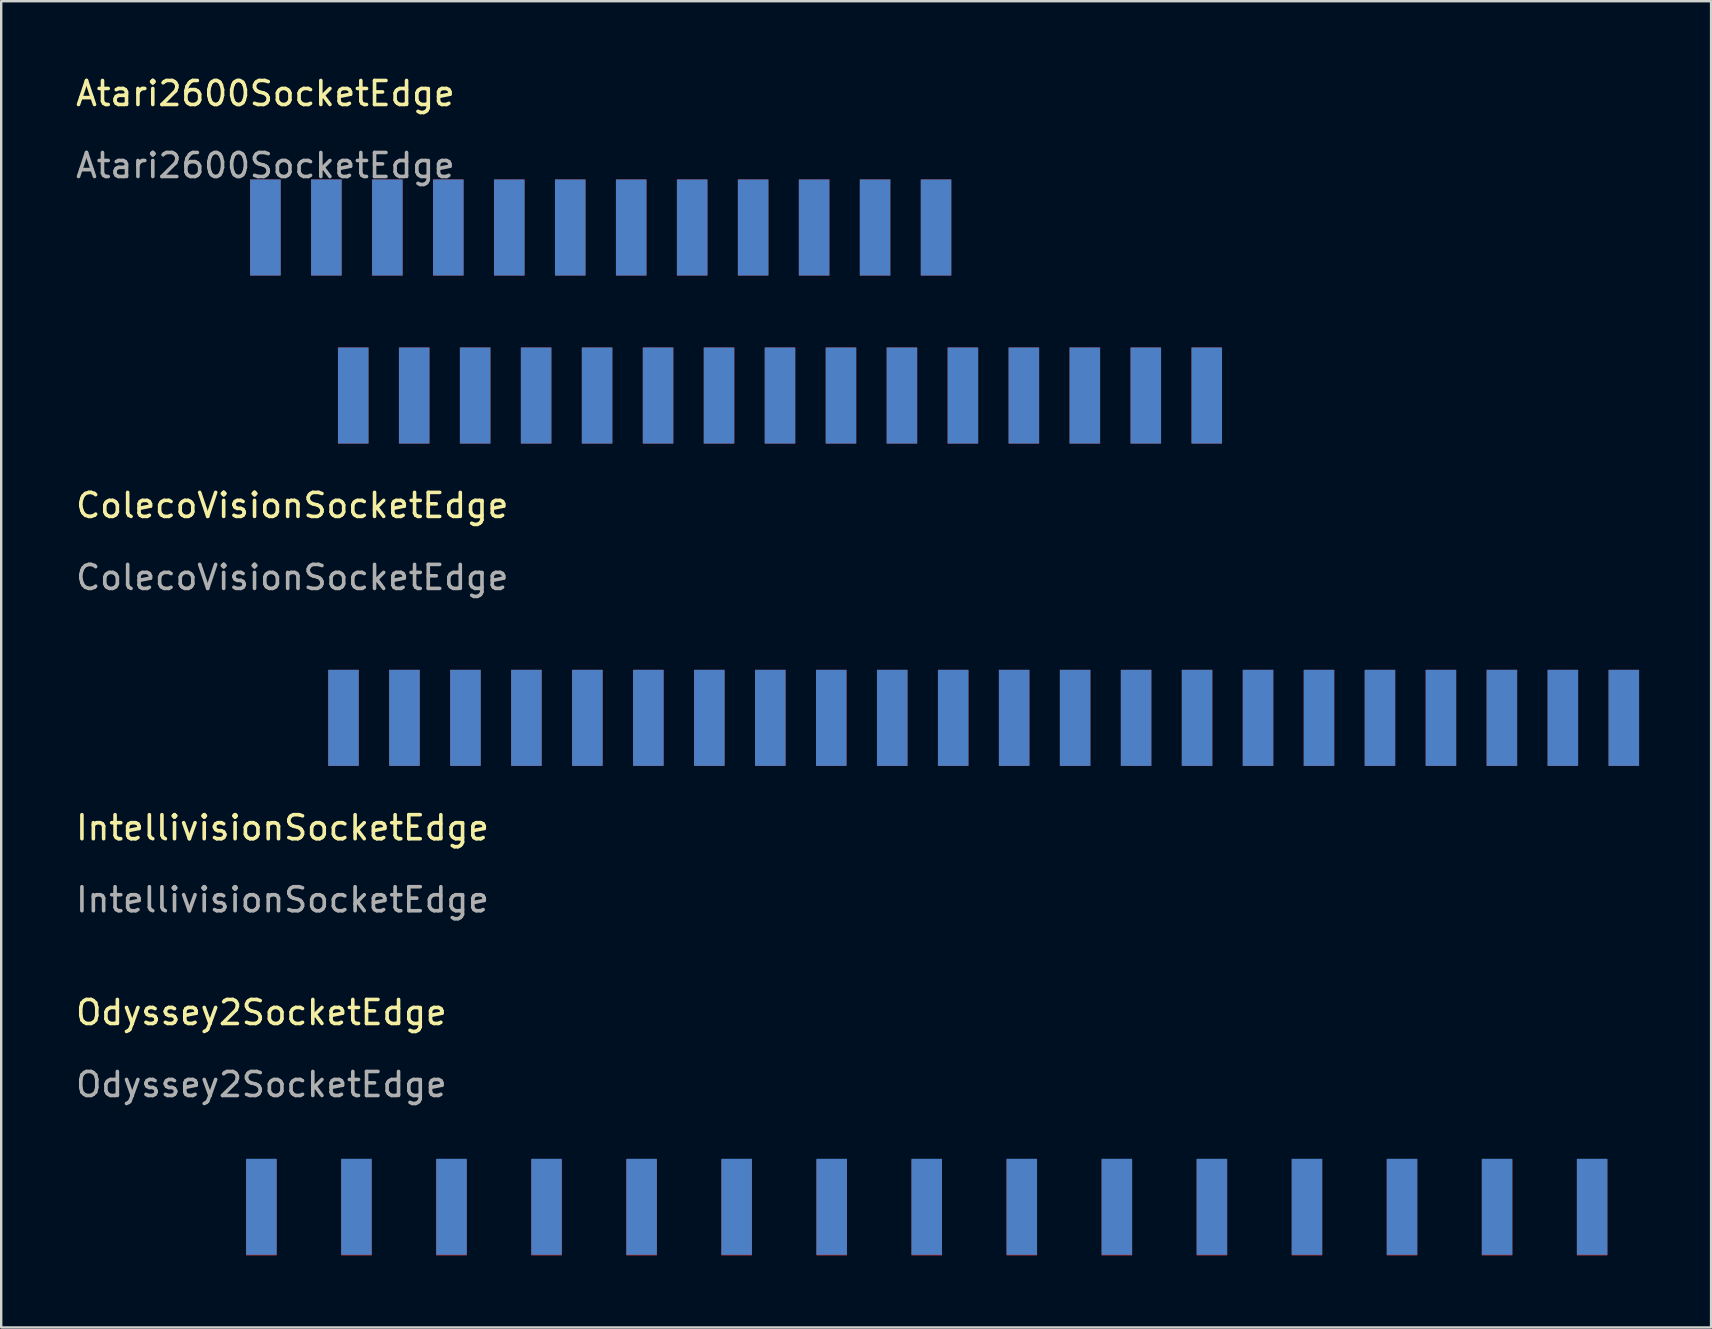
<source format=kicad_pcb>
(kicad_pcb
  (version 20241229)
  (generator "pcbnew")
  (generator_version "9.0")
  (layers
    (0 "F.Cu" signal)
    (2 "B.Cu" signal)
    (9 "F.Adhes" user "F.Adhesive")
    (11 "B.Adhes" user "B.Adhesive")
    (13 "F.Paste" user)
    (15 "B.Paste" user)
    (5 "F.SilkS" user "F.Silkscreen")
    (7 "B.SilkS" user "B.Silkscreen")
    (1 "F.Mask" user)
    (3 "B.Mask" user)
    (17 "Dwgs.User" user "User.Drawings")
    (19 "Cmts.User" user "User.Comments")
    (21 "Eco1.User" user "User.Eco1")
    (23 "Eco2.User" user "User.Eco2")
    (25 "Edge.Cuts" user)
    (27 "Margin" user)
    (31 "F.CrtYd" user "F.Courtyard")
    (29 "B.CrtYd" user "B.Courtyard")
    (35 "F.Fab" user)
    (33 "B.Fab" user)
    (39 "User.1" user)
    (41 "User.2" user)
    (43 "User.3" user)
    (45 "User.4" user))
  (footprint "Odyssey2SocketEdge"
    (layer "F.Cu")
    (at 7.839 39.633)
    (property "Reference" "Odyssey2SocketEdge" (at 0 -0.5 0) (unlocked yes) (layer "F.SilkS") (effects (font (size 1 1) (thickness 0.15))))
    (attr smd)
    (fp_text user "${REFERENCE}" (at 0 2.5 0) (unlocked yes) (layer "F.Fab") (effects (font (size 1 1) (thickness 0.15))))
    (pad "1" smd rect (at 0 7.62) (size 1.27 4) (layers "F.Cu" "F.Mask" "F.Paste"))
    (pad "2" smd rect (at 3.96 7.62) (size 1.27 4) (layers "F.Cu" "F.Mask" "F.Paste"))
    (pad "3" smd rect (at 7.92 7.62) (size 1.27 4) (layers "F.Cu" "F.Mask" "F.Paste"))
    (pad "4" smd rect (at 11.88 7.62) (size 1.27 4) (layers "F.Cu" "F.Mask" "F.Paste"))
    (pad "5" smd rect (at 15.84 7.62) (size 1.27 4) (layers "F.Cu" "F.Mask" "F.Paste"))
    (pad "6" smd rect (at 19.8 7.62) (size 1.27 4) (layers "F.Cu" "F.Mask" "F.Paste"))
    (pad "7" smd rect (at 23.76 7.62) (size 1.27 4) (layers "F.Cu" "F.Mask" "F.Paste"))
    (pad "8" smd rect (at 27.72 7.62) (size 1.27 4) (layers "F.Cu" "F.Mask" "F.Paste"))
    (pad "9" smd rect (at 31.68 7.62) (size 1.27 4) (layers "F.Cu" "F.Mask" "F.Paste"))
    (pad "10" smd rect (at 35.64 7.62) (size 1.27 4) (layers "F.Cu" "F.Mask" "F.Paste"))
    (pad "11" smd rect (at 39.6 7.62) (size 1.27 4) (layers "F.Cu" "F.Mask" "F.Paste"))
    (pad "12" smd rect (at 43.56 7.62) (size 1.27 4) (layers "F.Cu" "F.Mask" "F.Paste"))
    (pad "13" smd rect (at 47.52 7.62) (size 1.27 4) (layers "F.Cu" "F.Mask" "F.Paste"))
    (pad "14" smd rect (at 51.48 7.62) (size 1.27 4) (layers "F.Cu" "F.Mask" "F.Paste"))
    (pad "15" smd rect (at 55.44 7.62) (size 1.27 4) (layers "F.Cu" "F.Mask" "F.Paste"))
    (pad "A" smd rect (at 0 7.593) (size 1.27 4) (layers "B.Cu" "B.Mask" "B.Paste"))
    (pad "B" smd rect (at 3.96 7.593) (size 1.27 4) (layers "B.Cu" "B.Mask" "B.Paste"))
    (pad "C" smd rect (at 7.92 7.593) (size 1.27 4) (layers "B.Cu" "B.Mask" "B.Paste"))
    (pad "D" smd rect (at 11.88 7.593) (size 1.27 4) (layers "B.Cu" "B.Mask" "B.Paste"))
    (pad "E" smd rect (at 15.84 7.593) (size 1.27 4) (layers "B.Cu" "B.Mask" "B.Paste"))
    (pad "F" smd rect (at 19.8 7.593) (size 1.27 4) (layers "B.Cu" "B.Mask" "B.Paste"))
    (pad "G" smd rect (at 23.76 7.593) (size 1.27 4) (layers "B.Cu" "B.Mask" "B.Paste"))
    (pad "H" smd rect (at 27.72 7.593) (size 1.27 4) (layers "B.Cu" "B.Mask" "B.Paste"))
    (pad "J" smd rect (at 31.68 7.593) (size 1.27 4) (layers "B.Cu" "B.Mask" "B.Paste"))
    (pad "K" smd rect (at 35.64 7.593) (size 1.27 4) (layers "B.Cu" "B.Mask" "B.Paste"))
    (pad "L" smd rect (at 39.6 7.593) (size 1.27 4) (layers "B.Cu" "B.Mask" "B.Paste"))
    (pad "M" smd rect (at 43.56 7.593) (size 1.27 4) (layers "B.Cu" "B.Mask" "B.Paste"))
    (pad "N" smd rect (at 47.52 7.593) (size 1.27 4) (layers "B.Cu" "B.Mask" "B.Paste"))
    (pad "P" smd rect (at 51.48 7.593) (size 1.27 4) (layers "B.Cu" "B.Mask" "B.Paste"))
    (pad "R" smd rect (at 55.44 7.593) (size 1.27 4) (layers "B.Cu" "B.Mask" "B.Paste")))
  (footprint "IntellivisionSocketEdge"
    (layer "F.Cu")
    (at 8.72 31.936)
    (property "Reference" "IntellivisionSocketEdge" (at 0 -0.5 0) (unlocked yes) (layer "F.SilkS") (effects (font (size 1 1) (thickness 0.15))))
    (fp_text user "${REFERENCE}" (at 0 2.5 0) (unlocked yes) (layer "F.Fab") (effects (font (size 1 1) (thickness 0.15))))
    (pad "1" smd rect (at 2.54 -5.08) (size 1.27 4) (layers "F.Cu" "F.Mask" "F.Paste"))
    (pad "2" smd rect (at 5.08 -5.08) (size 1.27 4) (layers "F.Cu" "F.Mask" "F.Paste"))
    (pad "3" smd rect (at 7.62 -5.08) (size 1.27 4) (layers "F.Cu" "F.Mask" "F.Paste"))
    (pad "4" smd rect (at 10.16 -5.08) (size 1.27 4) (layers "F.Cu" "F.Mask" "F.Paste"))
    (pad "5" smd rect (at 12.7 -5.08) (size 1.27 4) (layers "F.Cu" "F.Mask" "F.Paste"))
    (pad "6" smd rect (at 15.24 -5.08) (size 1.27 4) (layers "F.Cu" "F.Mask" "F.Paste"))
    (pad "7" smd rect (at 17.78 -5.08) (size 1.27 4) (layers "F.Cu" "F.Mask" "F.Paste"))
    (pad "8" smd rect (at 20.32 -5.08) (size 1.27 4) (layers "F.Cu" "F.Mask" "F.Paste"))
    (pad "9" smd rect (at 22.86 -5.08) (size 1.27 4) (layers "F.Cu" "F.Mask" "F.Paste"))
    (pad "10" smd rect (at 25.4 -5.08) (size 1.27 4) (layers "F.Cu" "F.Mask" "F.Paste"))
    (pad "11" smd rect (at 27.94 -5.08) (size 1.27 4) (layers "F.Cu" "F.Mask" "F.Paste"))
    (pad "12" smd rect (at 30.48 -5.08) (size 1.27 4) (layers "F.Cu" "F.Mask" "F.Paste"))
    (pad "13" smd rect (at 33.02 -5.08) (size 1.27 4) (layers "F.Cu" "F.Mask" "F.Paste"))
    (pad "14" smd rect (at 35.56 -5.08) (size 1.27 4) (layers "F.Cu" "F.Mask" "F.Paste"))
    (pad "15" smd rect (at 38.1 -5.08) (size 1.27 4) (layers "F.Cu" "F.Mask" "F.Paste"))
    (pad "16" smd rect (at 40.64 -5.08) (size 1.27 4) (layers "F.Cu" "F.Mask" "F.Paste"))
    (pad "17" smd rect (at 43.18 -5.08) (size 1.27 4) (layers "F.Cu" "F.Mask" "F.Paste"))
    (pad "18" smd rect (at 45.72 -5.08) (size 1.27 4) (layers "F.Cu" "F.Mask" "F.Paste"))
    (pad "19" smd rect (at 48.26 -5.08) (size 1.27 4) (layers "F.Cu" "F.Mask" "F.Paste"))
    (pad "20" smd rect (at 50.8 -5.08) (size 1.27 4) (layers "F.Cu" "F.Mask" "F.Paste"))
    (pad "21" smd rect (at 53.34 -5.08) (size 1.27 4) (layers "F.Cu" "F.Mask" "F.Paste"))
    (pad "22" smd rect (at 55.88 -5.08) (size 1.27 4) (layers "F.Cu" "F.Mask" "F.Paste"))
    (pad "23" smd rect (at 2.54 -5.08) (size 1.27 4) (layers "B.Cu" "B.Mask" "B.Paste"))
    (pad "24" smd rect (at 5.08 -5.08) (size 1.27 4) (layers "B.Cu" "B.Mask" "B.Paste"))
    (pad "25" smd rect (at 7.62 -5.08) (size 1.27 4) (layers "B.Cu" "B.Mask" "B.Paste"))
    (pad "26" smd rect (at 10.16 -5.08) (size 1.27 4) (layers "B.Cu" "B.Mask" "B.Paste"))
    (pad "27" smd rect (at 12.7 -5.08) (size 1.27 4) (layers "B.Cu" "B.Mask" "B.Paste"))
    (pad "28" smd rect (at 15.24 -5.08) (size 1.27 4) (layers "B.Cu" "B.Mask" "B.Paste"))
    (pad "29" smd rect (at 17.78 -5.08) (size 1.27 4) (layers "B.Cu" "B.Mask" "B.Paste"))
    (pad "30" smd rect (at 20.32 -5.08) (size 1.27 4) (layers "B.Cu" "B.Mask" "B.Paste"))
    (pad "31" smd rect (at 22.86 -5.08) (size 1.27 4) (layers "B.Cu" "B.Mask" "B.Paste"))
    (pad "32" smd rect (at 25.4 -5.08) (size 1.27 4) (layers "B.Cu" "B.Mask" "B.Paste"))
    (pad "33" smd rect (at 27.94 -5.08) (size 1.27 4) (layers "B.Cu" "B.Mask" "B.Paste"))
    (pad "34" smd rect (at 30.48 -5.08) (size 1.27 4) (layers "B.Cu" "B.Mask" "B.Paste"))
    (pad "35" smd rect (at 33.02 -5.08) (size 1.27 4) (layers "B.Cu" "B.Mask" "B.Paste"))
    (pad "36" smd rect (at 35.56 -5.08) (size 1.27 4) (layers "B.Cu" "B.Mask" "B.Paste"))
    (pad "37" smd rect (at 38.1 -5.08) (size 1.27 4) (layers "B.Cu" "B.Mask" "B.Paste"))
    (pad "38" smd rect (at 40.64 -5.08) (size 1.27 4) (layers "B.Cu" "B.Mask" "B.Paste"))
    (pad "39" smd rect (at 43.18 -5.08) (size 1.27 4) (layers "B.Cu" "B.Mask" "B.Paste"))
    (pad "40" smd rect (at 45.72 -5.08) (size 1.27 4) (layers "B.Cu" "B.Mask" "B.Paste"))
    (pad "41" smd rect (at 48.26 -5.08) (size 1.27 4) (layers "B.Cu" "B.Mask" "B.Paste"))
    (pad "42" smd rect (at 50.8 -5.08) (size 1.27 4) (layers "B.Cu" "B.Mask" "B.Paste"))
    (pad "43" smd rect (at 53.34 -5.08) (size 1.27 4) (layers "B.Cu" "B.Mask" "B.Paste"))
    (pad "44" smd rect (at 55.88 -5.08) (size 1.27 4) (layers "B.Cu" "B.Mask" "B.Paste")))
  (footprint "ColecoVisionSocketEdge"
    (layer "F.Cu")
    (at 9.125 18.508)
    (property "Reference" "ColecoVisionSocketEdge" (at 0 -0.5 0) (unlocked yes) (layer "F.SilkS") (effects (font (size 1 1) (thickness 0.15))))
    (fp_text user "${REFERENCE}" (at 0 2.5 0) (unlocked yes) (layer "F.Fab") (effects (font (size 1 1) (thickness 0.15))))
    (pad "1" smd rect (at 2.54 -5.08) (size 1.27 4) (layers "F.Cu" "F.Mask" "F.Paste"))
    (pad "2" smd rect (at 5.08 -5.08) (size 1.27 4) (layers "F.Cu" "F.Mask" "F.Paste"))
    (pad "3" smd rect (at 7.62 -5.08) (size 1.27 4) (layers "F.Cu" "F.Mask" "F.Paste"))
    (pad "4" smd rect (at 10.16 -5.08) (size 1.27 4) (layers "F.Cu" "F.Mask" "F.Paste"))
    (pad "5" smd rect (at 12.7 -5.08) (size 1.27 4) (layers "F.Cu" "F.Mask" "F.Paste"))
    (pad "6" smd rect (at 15.24 -5.08) (size 1.27 4) (layers "F.Cu" "F.Mask" "F.Paste"))
    (pad "7" smd rect (at 17.78 -5.08) (size 1.27 4) (layers "F.Cu" "F.Mask" "F.Paste"))
    (pad "8" smd rect (at 20.32 -5.08) (size 1.27 4) (layers "F.Cu" "F.Mask" "F.Paste"))
    (pad "9" smd rect (at 22.86 -5.08) (size 1.27 4) (layers "F.Cu" "F.Mask" "F.Paste"))
    (pad "10" smd rect (at 25.4 -5.08) (size 1.27 4) (layers "F.Cu" "F.Mask" "F.Paste"))
    (pad "11" smd rect (at 27.94 -5.08) (size 1.27 4) (layers "F.Cu" "F.Mask" "F.Paste"))
    (pad "12" smd rect (at 30.48 -5.08) (size 1.27 4) (layers "F.Cu" "F.Mask" "F.Paste"))
    (pad "13" smd rect (at 33.02 -5.08) (size 1.27 4) (layers "F.Cu" "F.Mask" "F.Paste"))
    (pad "14" smd rect (at 35.56 -5.08) (size 1.27 4) (layers "F.Cu" "F.Mask" "F.Paste"))
    (pad "15" smd rect (at 38.1 -5.08) (size 1.27 4) (layers "F.Cu" "F.Mask" "F.Paste"))
    (pad "16" smd rect (at 2.54 -5.08) (size 1.27 4) (layers "B.Cu" "B.Mask" "B.Paste"))
    (pad "17" smd rect (at 5.08 -5.08) (size 1.27 4) (layers "B.Cu" "B.Mask" "B.Paste"))
    (pad "18" smd rect (at 7.62 -5.08) (size 1.27 4) (layers "B.Cu" "B.Mask" "B.Paste"))
    (pad "19" smd rect (at 10.16 -5.08) (size 1.27 4) (layers "B.Cu" "B.Mask" "B.Paste"))
    (pad "20" smd rect (at 12.7 -5.08) (size 1.27 4) (layers "B.Cu" "B.Mask" "B.Paste"))
    (pad "21" smd rect (at 15.24 -5.08) (size 1.27 4) (layers "B.Cu" "B.Mask" "B.Paste"))
    (pad "22" smd rect (at 17.78 -5.08) (size 1.27 4) (layers "B.Cu" "B.Mask" "B.Paste"))
    (pad "23" smd rect (at 20.32 -5.08) (size 1.27 4) (layers "B.Cu" "B.Mask" "B.Paste"))
    (pad "24" smd rect (at 22.86 -5.08) (size 1.27 4) (layers "B.Cu" "B.Mask" "B.Paste"))
    (pad "25" smd rect (at 25.4 -5.08) (size 1.27 4) (layers "B.Cu" "B.Mask" "B.Paste"))
    (pad "26" smd rect (at 27.94 -5.08) (size 1.27 4) (layers "B.Cu" "B.Mask" "B.Paste"))
    (pad "27" smd rect (at 30.48 -5.08) (size 1.27 4) (layers "B.Cu" "B.Mask" "B.Paste"))
    (pad "28" smd rect (at 33.02 -5.08) (size 1.27 4) (layers "B.Cu" "B.Mask" "B.Paste"))
    (pad "29" smd rect (at 35.56 -5.08) (size 1.27 4) (layers "B.Cu" "B.Mask" "B.Paste"))
    (pad "30" smd rect (at 38.1 -5.08) (size 1.27 4) (layers "B.Cu" "B.Mask" "B.Paste")))
  (footprint "Atari2600SocketEdge"
    (layer "F.Cu")
    (at 8.006 1.348)
    (property "Reference" "Atari2600SocketEdge" (at 0 -0.5 0) (unlocked yes) (layer "F.SilkS") (effects (font (size 1 1) (thickness 0.15))))
    (attr smd)
    (fp_text user "${REFERENCE}" (at 0 2.5 0) (unlocked yes) (layer "F.Fab") (effects (font (size 1 1) (thickness 0.15))))
    (pad "1" smd rect (at 27.94 5.08) (size 1.27 4) (layers "B.Cu" "B.Mask" "B.Paste"))
    (pad "2" smd rect (at 25.4 5.08) (size 1.27 4) (layers "B.Cu" "B.Mask" "B.Paste"))
    (pad "3" smd rect (at 22.86 5.08) (size 1.27 4) (layers "B.Cu" "B.Mask" "B.Paste"))
    (pad "4" smd rect (at 20.32 5.08) (size 1.27 4) (layers "B.Cu" "B.Mask" "B.Paste"))
    (pad "5" smd rect (at 17.78 5.08) (size 1.27 4) (layers "B.Cu" "B.Mask" "B.Paste"))
    (pad "6" smd rect (at 15.24 5.08) (size 1.27 4) (layers "B.Cu" "B.Mask" "B.Paste"))
    (pad "7" smd rect (at 12.7 5.08) (size 1.27 4) (layers "B.Cu" "B.Mask" "B.Paste"))
    (pad "8" smd rect (at 10.16 5.08) (size 1.27 4) (layers "B.Cu" "B.Mask" "B.Paste"))
    (pad "9" smd rect (at 7.62 5.08) (size 1.27 4) (layers "B.Cu" "B.Mask" "B.Paste"))
    (pad "10" smd rect (at 5.08 5.08) (size 1.27 4) (layers "B.Cu" "B.Mask" "B.Paste"))
    (pad "11" smd rect (at 2.54 5.08) (size 1.27 4) (layers "B.Cu" "B.Mask" "B.Paste"))
    (pad "12" smd rect (at 0 5.08) (size 1.27 4) (layers "B.Cu" "B.Mask" "B.Paste"))
    (pad "13" smd rect (at 0 5.08) (size 1.27 4) (layers "F.Cu" "F.Mask" "F.Paste"))
    (pad "14" smd rect (at 2.54 5.08) (size 1.27 4) (layers "F.Cu" "F.Mask" "F.Paste"))
    (pad "15" smd rect (at 5.08 5.08) (size 1.27 4) (layers "F.Cu" "F.Mask" "F.Paste"))
    (pad "16" smd rect (at 7.62 5.08) (size 1.27 4) (layers "F.Cu" "F.Mask" "F.Paste"))
    (pad "17" smd rect (at 10.16 5.08) (size 1.27 4) (layers "F.Cu" "F.Mask" "F.Paste"))
    (pad "18" smd rect (at 12.7 5.08) (size 1.27 4) (layers "F.Cu" "F.Mask" "F.Paste"))
    (pad "19" smd rect (at 15.24 5.08) (size 1.27 4) (layers "F.Cu" "F.Mask" "F.Paste"))
    (pad "20" smd rect (at 17.78 5.08) (size 1.27 4) (layers "F.Cu" "F.Mask" "F.Paste"))
    (pad "21" smd rect (at 20.32 5.08) (size 1.27 4) (layers "F.Cu" "F.Mask" "F.Paste"))
    (pad "22" smd rect (at 22.86 5.08) (size 1.27 4) (layers "F.Cu" "F.Mask" "F.Paste"))
    (pad "23" smd rect (at 25.4 5.08) (size 1.27 4) (layers "F.Cu" "F.Mask" "F.Paste"))
    (pad "24" smd rect (at 27.94 5.08) (size 1.27 4) (layers "F.Cu" "F.Mask" "F.Paste")))
  (gr_rect
    (start -3 -3)
    (end 68.235 52.253)
    (stroke (width 0.1) (type default))
    (fill no)
    (layer "Edge.Cuts")))
</source>
